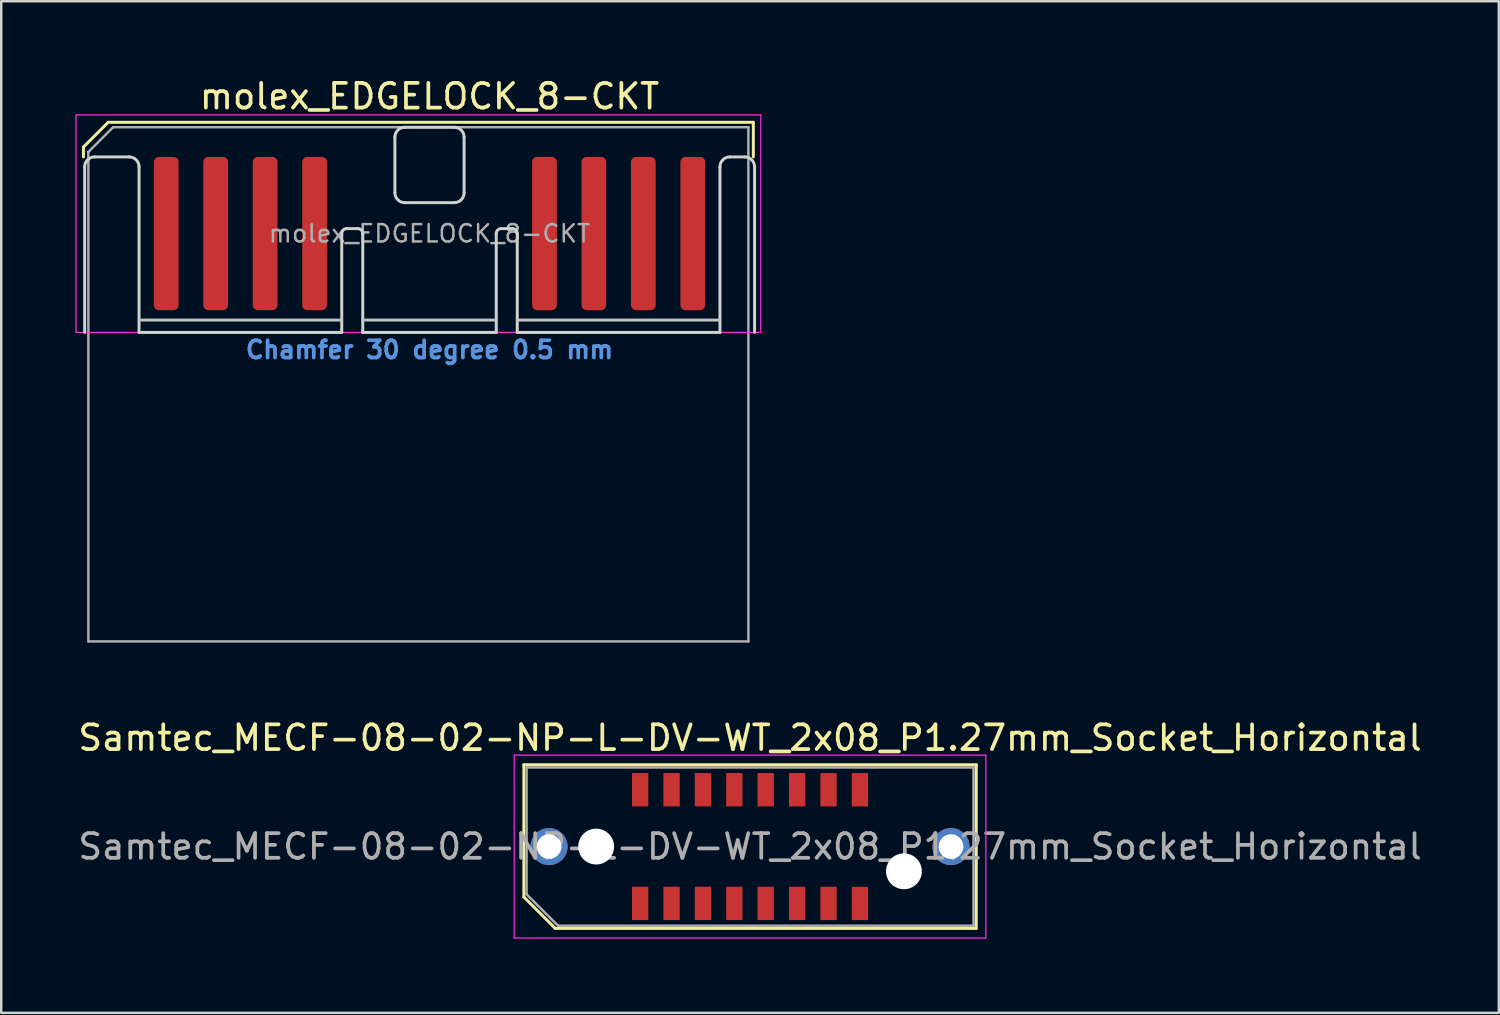
<source format=kicad_pcb>
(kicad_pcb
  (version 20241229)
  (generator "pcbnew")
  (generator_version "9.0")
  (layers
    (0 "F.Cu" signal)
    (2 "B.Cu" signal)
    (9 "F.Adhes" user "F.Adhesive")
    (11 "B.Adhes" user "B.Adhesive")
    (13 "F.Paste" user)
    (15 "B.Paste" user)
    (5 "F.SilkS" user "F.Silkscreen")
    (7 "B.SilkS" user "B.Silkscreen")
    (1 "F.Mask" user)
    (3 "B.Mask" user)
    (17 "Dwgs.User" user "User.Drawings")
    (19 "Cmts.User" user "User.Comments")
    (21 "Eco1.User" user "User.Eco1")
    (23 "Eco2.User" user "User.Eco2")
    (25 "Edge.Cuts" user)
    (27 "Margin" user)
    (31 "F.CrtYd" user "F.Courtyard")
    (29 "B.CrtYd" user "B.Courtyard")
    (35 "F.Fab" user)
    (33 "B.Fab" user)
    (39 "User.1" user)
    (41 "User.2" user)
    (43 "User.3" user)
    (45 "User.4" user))
  (footprint "molex_EDGELOCK_8-CKT"
    (layer "F.Cu")
    (at 14.325 6.398)
    (property "Reference" "molex_EDGELOCK_8-CKT" (at 0 -5.55 0) (layer "F.SilkS") (effects (font (size 1 1) (thickness 0.15))))
    (attr exclude_from_pos_files exclude_from_bom)
    (fp_line (start -14 -3.5) (end -13 -4.5) (stroke (width 0.12) (type solid)) (layer "F.SilkS"))
    (fp_line (start -14 -3.1) (end -14 -3.5) (stroke (width 0.12) (type solid)) (layer "F.SilkS"))
    (fp_line (start -13 -4.5) (end 13.1 -4.5) (stroke (width 0.12) (type solid)) (layer "F.SilkS"))
    (fp_line (start 13.1 -4.5) (end 13.1 -3.1) (stroke (width 0.12) (type solid)) (layer "F.SilkS"))
    (fp_line (start -11.75 3.5) (end -3.55 3.5) (stroke (width 0.12) (type solid)) (layer "Dwgs.User"))
    (fp_line (start -2.7 3.5) (end 2.7 3.5) (stroke (width 0.12) (type solid)) (layer "Dwgs.User"))
    (fp_line (start 3.55 3.5) (end 11.75 3.5) (stroke (width 0.12) (type solid)) (layer "Dwgs.User"))
    (fp_line (start -13.95 4) (end -13.95 -2.7) (stroke (width 0.12) (type solid)) (layer "Edge.Cuts"))
    (fp_line (start -13.55 -3.1) (end -12.15 -3.1) (stroke (width 0.12) (type solid)) (layer "Edge.Cuts"))
    (fp_line (start -11.75 -2.7) (end -11.75 4) (stroke (width 0.12) (type solid)) (layer "Edge.Cuts"))
    (fp_line (start -11.75 4) (end -3.55 4) (stroke (width 0.12) (type solid)) (layer "Edge.Cuts"))
    (fp_line (start -3.55 4) (end -3.55 0) (stroke (width 0.12) (type solid)) (layer "Edge.Cuts"))
    (fp_line (start -3.35 -0.2) (end -2.9 -0.2) (stroke (width 0.12) (type solid)) (layer "Edge.Cuts"))
    (fp_line (start -2.7 0) (end -2.7 4) (stroke (width 0.12) (type solid)) (layer "Edge.Cuts"))
    (fp_line (start -2.7 4) (end 2.7 4) (stroke (width 0.12) (type solid)) (layer "Edge.Cuts"))
    (fp_line (start -1.4 -3.9) (end -1.4 -1.65) (stroke (width 0.12) (type solid)) (layer "Edge.Cuts"))
    (fp_line (start -1 -1.25) (end 1 -1.25) (stroke (width 0.12) (type solid)) (layer "Edge.Cuts"))
    (fp_line (start 1 -4.3) (end -1 -4.3) (stroke (width 0.12) (type solid)) (layer "Edge.Cuts"))
    (fp_line (start 1.4 -1.65) (end 1.4 -3.9) (stroke (width 0.12) (type solid)) (layer "Edge.Cuts"))
    (fp_line (start 2.7 4) (end 2.7 0) (stroke (width 0.12) (type solid)) (layer "Edge.Cuts"))
    (fp_line (start 2.9 -0.2) (end 3.35 -0.2) (stroke (width 0.12) (type solid)) (layer "Edge.Cuts"))
    (fp_line (start 3.55 0) (end 3.55 4) (stroke (width 0.12) (type solid)) (layer "Edge.Cuts"))
    (fp_line (start 3.55 4) (end 11.75 4) (stroke (width 0.12) (type solid)) (layer "Edge.Cuts"))
    (fp_line (start 11.75 4) (end 11.75 -2.7) (stroke (width 0.12) (type solid)) (layer "Edge.Cuts"))
    (fp_line (start 12.15 -3.1) (end 12.75 -3.1) (stroke (width 0.12) (type solid)) (layer "Edge.Cuts"))
    (fp_line (start 13.15 -2.7) (end 13.15 4) (stroke (width 0.12) (type solid)) (layer "Edge.Cuts"))
    (fp_arc (start -13.95 -2.7) (mid -13.832843 -2.982843) (end -13.55 -3.1) (stroke (width 0.12) (type solid)) (layer "Edge.Cuts"))
    (fp_arc (start -12.15 -3.1) (mid -11.867157 -2.982843) (end -11.75 -2.7) (stroke (width 0.12) (type solid)) (layer "Edge.Cuts"))
    (fp_arc (start -3.55 0) (mid -3.491421 -0.141421) (end -3.35 -0.2) (stroke (width 0.12) (type solid)) (layer "Edge.Cuts"))
    (fp_arc (start -2.9 -0.2) (mid -2.758579 -0.141421) (end -2.7 0) (stroke (width 0.12) (type solid)) (layer "Edge.Cuts"))
    (fp_arc (start -1.4 -3.9) (mid -1.282843 -4.182843) (end -1 -4.3) (stroke (width 0.12) (type solid)) (layer "Edge.Cuts"))
    (fp_arc (start -1 -1.25) (mid -1.282843 -1.367157) (end -1.4 -1.65) (stroke (width 0.12) (type solid)) (layer "Edge.Cuts"))
    (fp_arc (start 1 -4.3) (mid 1.282843 -4.182843) (end 1.4 -3.9) (stroke (width 0.12) (type solid)) (layer "Edge.Cuts"))
    (fp_arc (start 1.4 -1.65) (mid 1.282843 -1.367157) (end 1 -1.25) (stroke (width 0.12) (type solid)) (layer "Edge.Cuts"))
    (fp_arc (start 2.7 0) (mid 2.758579 -0.141421) (end 2.9 -0.2) (stroke (width 0.12) (type solid)) (layer "Edge.Cuts"))
    (fp_arc (start 3.35 -0.2) (mid 3.491421 -0.141421) (end 3.55 0) (stroke (width 0.12) (type solid)) (layer "Edge.Cuts"))
    (fp_arc (start 11.75 -2.7) (mid 11.867157 -2.982843) (end 12.15 -3.1) (stroke (width 0.12) (type solid)) (layer "Edge.Cuts"))
    (fp_arc (start 12.75 -3.1) (mid 13.032843 -2.982843) (end 13.15 -2.7) (stroke (width 0.12) (type solid)) (layer "Edge.Cuts"))
    (fp_line (start -14.3 -4.8) (end -14.3 4) (stroke (width 0.05) (type solid)) (layer "F.CrtYd"))
    (fp_line (start -14.3 4) (end 13.4 4) (stroke (width 0.05) (type solid)) (layer "F.CrtYd"))
    (fp_line (start 13.4 -4.8) (end -14.3 -4.8) (stroke (width 0.05) (type solid)) (layer "F.CrtYd"))
    (fp_line (start 13.4 4) (end 13.4 -4.8) (stroke (width 0.05) (type solid)) (layer "F.CrtYd"))
    (fp_line (start -13.8 -3.3) (end -12.8 -4.3) (stroke (width 0.1) (type solid)) (layer "F.Fab"))
    (fp_line (start -13.8 16.5) (end -13.8 -3.3) (stroke (width 0.1) (type solid)) (layer "F.Fab"))
    (fp_line (start -12.8 -4.3) (end 12.9 -4.3) (stroke (width 0.1) (type solid)) (layer "F.Fab"))
    (fp_line (start 12.9 -4.3) (end 12.9 16.5) (stroke (width 0.1) (type solid)) (layer "F.Fab"))
    (fp_line (start 12.9 16.5) (end -13.8 16.5) (stroke (width 0.1) (type solid)) (layer "F.Fab"))
    (fp_text user "Chamfer 30 degree 0.5 mm" (at 0 4.7 0) (layer "Cmts.User") (effects (font (size 0.7 0.7) (thickness 0.15))))
    (fp_text user "${REFERENCE}" (at 0 0 0) (layer "F.Fab") (effects (font (size 0.7 0.7) (thickness 0.1))))
    (pad "1" connect roundrect (at -10.65 0) (size 1 6.2) (layers "F.Cu" "F.Mask") (roundrect_rratio 0.2))
    (pad "2" connect roundrect (at -8.65 0) (size 1 6.2) (layers "F.Cu" "F.Mask") (roundrect_rratio 0.2))
    (pad "3" connect roundrect (at -6.65 0) (size 1 6.2) (layers "F.Cu" "F.Mask") (roundrect_rratio 0.2))
    (pad "4" connect roundrect (at -4.65 0) (size 1 6.2) (layers "F.Cu" "F.Mask") (roundrect_rratio 0.2))
    (pad "5" connect roundrect (at 4.65 0) (size 1 6.2) (layers "F.Cu" "F.Mask") (roundrect_rratio 0.2))
    (pad "6" connect roundrect (at 6.65 0) (size 1 6.2) (layers "F.Cu" "F.Mask") (roundrect_rratio 0.2))
    (pad "7" connect roundrect (at 8.65 0) (size 1 6.2) (layers "F.Cu" "F.Mask") (roundrect_rratio 0.2))
    (pad "8" connect roundrect (at 10.65 0) (size 1 6.2) (layers "F.Cu" "F.Mask") (roundrect_rratio 0.2)))
  (footprint "Samtec_MECF-08-02-NP-L-DV-WT_2x08_P1.27mm_Socket_Horizontal"
    (layer "F.Cu")
    (at 27.292 31.197)
    (property "Reference" "Samtec_MECF-08-02-NP-L-DV-WT_2x08_P1.27mm_Socket_Horizontal" (at 0 -4.4 0) (layer "F.SilkS") (effects (font (size 1 1) (thickness 0.15))))
    (attr smd)
    (fp_line (start -9.15 -3.31) (end 9.15 -3.31) (stroke (width 0.12) (type solid)) (layer "F.SilkS"))
    (fp_line (start -9.15 2.04) (end -9.15 -3.31) (stroke (width 0.12) (type solid)) (layer "F.SilkS"))
    (fp_line (start -7.88 3.31) (end -9.15 2.04) (stroke (width 0.12) (type solid)) (layer "F.SilkS"))
    (fp_line (start -7.88 3.31) (end 9.15 3.31) (stroke (width 0.12) (type solid)) (layer "F.SilkS"))
    (fp_line (start 9.15 3.31) (end 9.15 -3.31) (stroke (width 0.12) (type solid)) (layer "F.SilkS"))
    (fp_line (start -9.54 -3.7) (end -9.54 3.7) (stroke (width 0.05) (type solid)) (layer "F.CrtYd"))
    (fp_line (start -9.54 3.7) (end 9.54 3.7) (stroke (width 0.05) (type solid)) (layer "F.CrtYd"))
    (fp_line (start 9.54 -3.7) (end -9.54 -3.7) (stroke (width 0.05) (type solid)) (layer "F.CrtYd"))
    (fp_line (start 9.54 3.7) (end 9.54 -3.7) (stroke (width 0.05) (type solid)) (layer "F.CrtYd"))
    (fp_line (start -9.04 -3.2) (end 9.04 -3.2) (stroke (width 0.1) (type solid)) (layer "F.Fab"))
    (fp_line (start -9.04 1.93) (end -9.04 -3.2) (stroke (width 0.1) (type solid)) (layer "F.Fab"))
    (fp_line (start -9.04 1.93) (end -7.77 3.2) (stroke (width 0.1) (type solid)) (layer "F.Fab"))
    (fp_line (start -7.77 3.2) (end 9.04 3.2) (stroke (width 0.1) (type solid)) (layer "F.Fab"))
    (fp_line (start 9.04 3.2) (end 9.04 -3.2) (stroke (width 0.1) (type solid)) (layer "F.Fab"))
    (fp_text user "${REFERENCE}" (at 0 0 0) (layer "F.Fab") (effects (font (size 1 1) (thickness 0.15))))
    (pad "" thru_hole circle (at -8.13 0) (size 1.5 1.5) (drill 1) (layers "*.Cu" "*.Mask"))
    (pad "" np_thru_hole circle (at -6.225 0) (size 1.45 1.45) (drill 1.45) (layers "*.Cu" "*.Mask"))
    (pad "" np_thru_hole circle (at 6.225 1) (size 1.45 1.45) (drill 1.45) (layers "*.Cu" "*.Mask"))
    (pad "" thru_hole circle (at 8.13 0) (size 1.5 1.5) (drill 1) (layers "*.Cu" "*.Mask"))
    (pad "1" smd rect (at -4.445 2.3) (size 0.66 1.35) (layers "F.Cu" "F.Mask" "F.Paste"))
    (pad "2" smd rect (at -4.445 -2.3) (size 0.66 1.35) (layers "F.Cu" "F.Mask" "F.Paste"))
    (pad "3" smd rect (at -3.175 2.3) (size 0.66 1.35) (layers "F.Cu" "F.Mask" "F.Paste"))
    (pad "4" smd rect (at -3.175 -2.3) (size 0.66 1.35) (layers "F.Cu" "F.Mask" "F.Paste"))
    (pad "5" smd rect (at -1.905 2.3) (size 0.66 1.35) (layers "F.Cu" "F.Mask" "F.Paste"))
    (pad "6" smd rect (at -1.905 -2.3) (size 0.66 1.35) (layers "F.Cu" "F.Mask" "F.Paste"))
    (pad "7" smd rect (at -0.635 2.3) (size 0.66 1.35) (layers "F.Cu" "F.Mask" "F.Paste"))
    (pad "8" smd rect (at -0.635 -2.3) (size 0.66 1.35) (layers "F.Cu" "F.Mask" "F.Paste"))
    (pad "9" smd rect (at 0.635 2.3) (size 0.66 1.35) (layers "F.Cu" "F.Mask" "F.Paste"))
    (pad "10" smd rect (at 0.635 -2.3) (size 0.66 1.35) (layers "F.Cu" "F.Mask" "F.Paste"))
    (pad "11" smd rect (at 1.905 2.3) (size 0.66 1.35) (layers "F.Cu" "F.Mask" "F.Paste"))
    (pad "12" smd rect (at 1.905 -2.3) (size 0.66 1.35) (layers "F.Cu" "F.Mask" "F.Paste"))
    (pad "13" smd rect (at 3.175 2.3) (size 0.66 1.35) (layers "F.Cu" "F.Mask" "F.Paste"))
    (pad "14" smd rect (at 3.175 -2.3) (size 0.66 1.35) (layers "F.Cu" "F.Mask" "F.Paste"))
    (pad "15" smd rect (at 4.445 2.3) (size 0.66 1.35) (layers "F.Cu" "F.Mask" "F.Paste"))
    (pad "16" smd rect (at 4.445 -2.3) (size 0.66 1.35) (layers "F.Cu" "F.Mask" "F.Paste")))
  (gr_rect
    (start -3 -3)
    (end 57.583 37.922)
    (stroke (width 0.1) (type default))
    (fill no)
    (layer "Edge.Cuts")))
</source>
